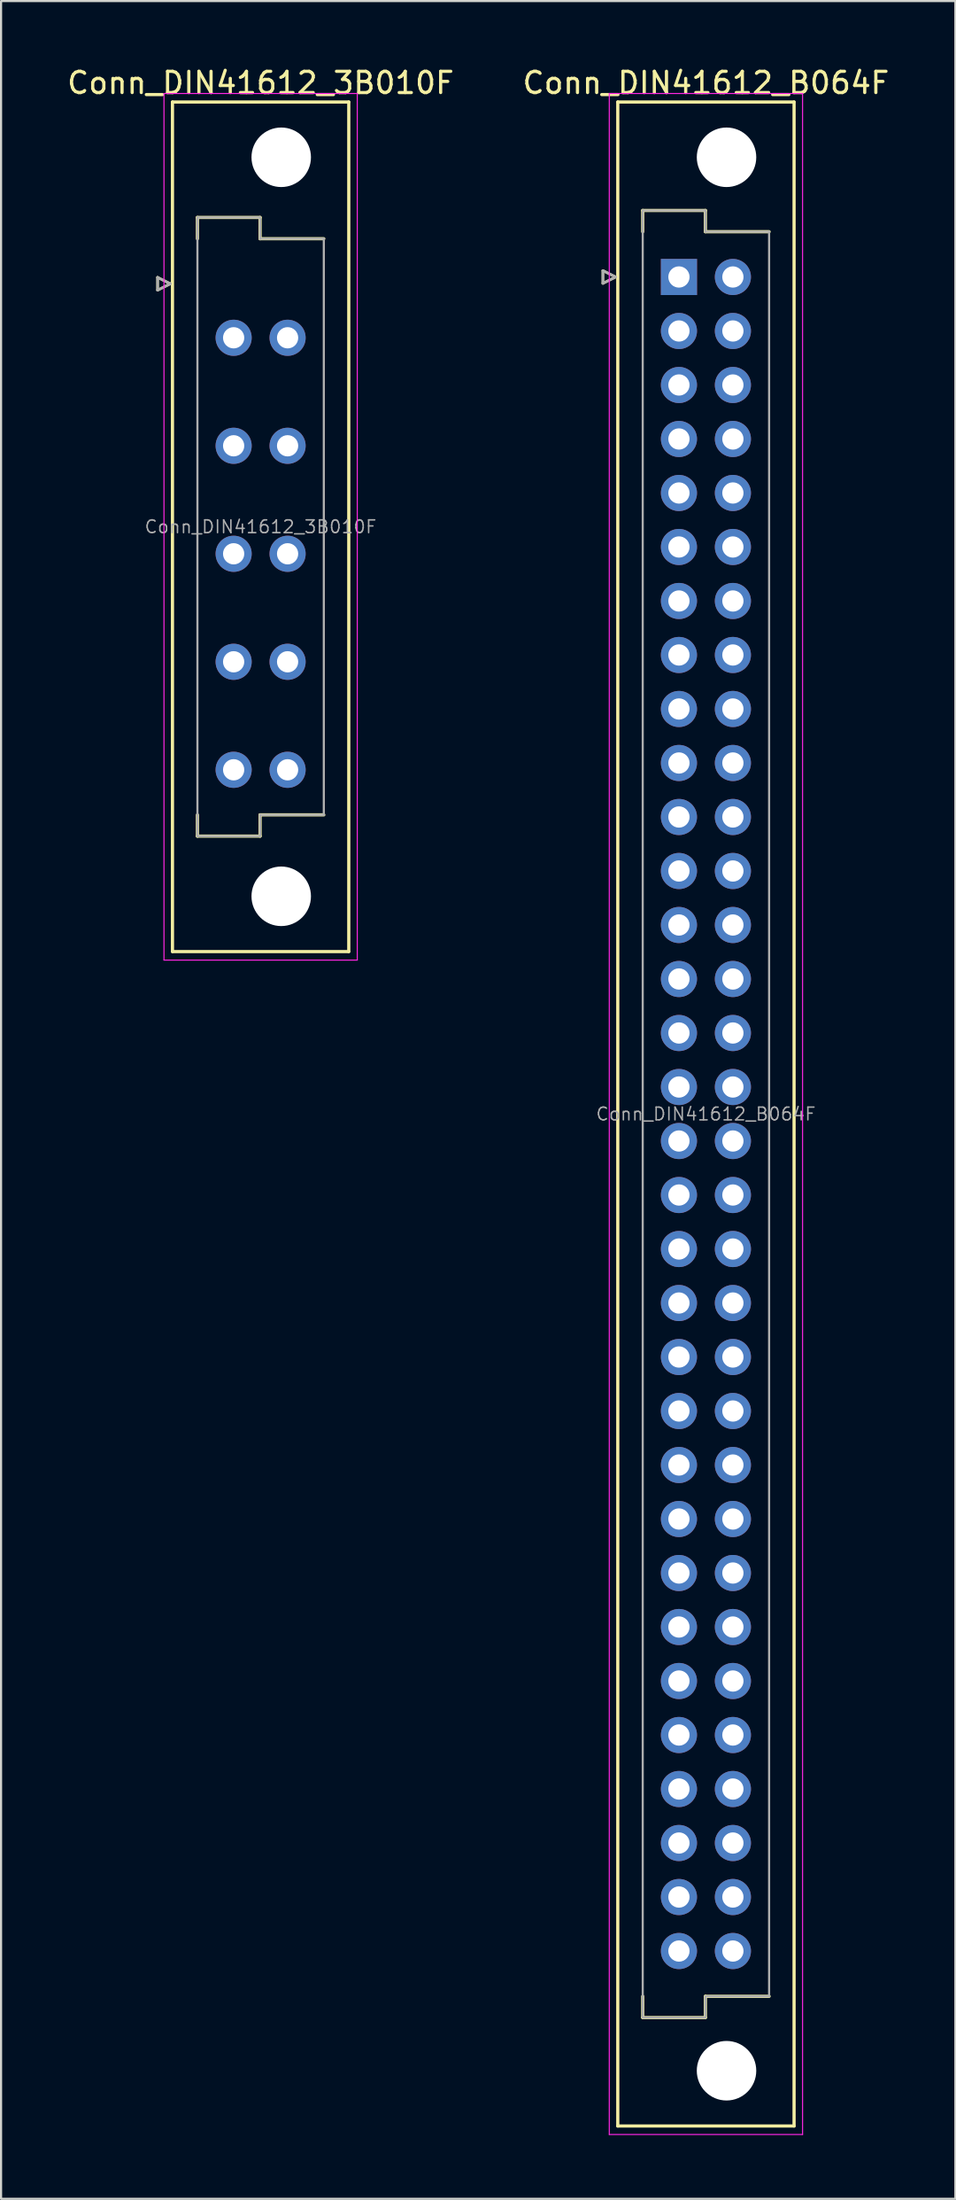
<source format=kicad_pcb>
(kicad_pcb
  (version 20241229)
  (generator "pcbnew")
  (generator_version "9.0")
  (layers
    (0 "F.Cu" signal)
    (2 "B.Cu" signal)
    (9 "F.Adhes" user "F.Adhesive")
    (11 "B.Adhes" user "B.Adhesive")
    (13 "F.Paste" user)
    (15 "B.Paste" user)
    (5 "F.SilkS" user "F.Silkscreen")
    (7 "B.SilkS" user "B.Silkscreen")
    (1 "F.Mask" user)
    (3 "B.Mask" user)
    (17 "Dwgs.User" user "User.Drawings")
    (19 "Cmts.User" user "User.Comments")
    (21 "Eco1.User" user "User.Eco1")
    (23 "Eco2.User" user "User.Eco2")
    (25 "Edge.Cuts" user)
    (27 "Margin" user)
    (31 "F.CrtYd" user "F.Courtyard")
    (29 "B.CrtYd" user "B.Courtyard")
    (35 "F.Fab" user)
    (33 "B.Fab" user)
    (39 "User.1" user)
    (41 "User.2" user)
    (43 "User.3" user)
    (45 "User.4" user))
  (footprint "Conn_DIN41612_B064F"
    (layer "F.Cu")
    (at 28.915 9.978)
    (property "Reference" "Conn_DIN41612_B064F" (at 1.27 -9.13 0) (layer "F.SilkS") (effects (font (size 1 1) (thickness 0.15))))
    (attr through_hole)
    (fp_line (start -3.58 -0.3) (end -3.58 0.3) (stroke (width 0.12) (type solid)) (layer "F.SilkS"))
    (fp_line (start -3.58 0.3) (end -2.98 0) (stroke (width 0.12) (type solid)) (layer "F.SilkS"))
    (fp_line (start -2.98 0) (end -3.58 -0.3) (stroke (width 0.12) (type solid)) (layer "F.SilkS"))
    (fp_line (start -2.88 -8.23) (end -2.88 86.97) (stroke (width 0.15) (type solid)) (layer "F.SilkS"))
    (fp_line (start -2.88 86.97) (end 5.42 86.97) (stroke (width 0.15) (type solid)) (layer "F.SilkS"))
    (fp_line (start -1.705 -3.13) (end 1.245 -3.13) (stroke (width 0.15) (type solid)) (layer "F.SilkS"))
    (fp_line (start -1.705 -2.13) (end -1.705 -3.13) (stroke (width 0.15) (type solid)) (layer "F.SilkS"))
    (fp_line (start -1.705 81.87) (end -1.705 80.87) (stroke (width 0.15) (type solid)) (layer "F.SilkS"))
    (fp_line (start 1.245 -3.13) (end 1.245 -2.13) (stroke (width 0.15) (type solid)) (layer "F.SilkS"))
    (fp_line (start 1.245 -2.13) (end 4.245 -2.13) (stroke (width 0.15) (type solid)) (layer "F.SilkS"))
    (fp_line (start 1.245 80.87) (end 1.245 81.87) (stroke (width 0.15) (type solid)) (layer "F.SilkS"))
    (fp_line (start 1.245 81.87) (end -1.705 81.87) (stroke (width 0.15) (type solid)) (layer "F.SilkS"))
    (fp_line (start 4.245 80.87) (end 1.245 80.87) (stroke (width 0.15) (type solid)) (layer "F.SilkS"))
    (fp_line (start 5.42 -8.23) (end -2.88 -8.23) (stroke (width 0.15) (type solid)) (layer "F.SilkS"))
    (fp_line (start 5.42 86.97) (end 5.42 -8.23) (stroke (width 0.15) (type solid)) (layer "F.SilkS"))
    (fp_line (start -3.28 -8.63) (end -3.28 87.37) (stroke (width 0.05) (type solid)) (layer "F.CrtYd"))
    (fp_line (start -3.28 87.37) (end 5.82 87.37) (stroke (width 0.05) (type solid)) (layer "F.CrtYd"))
    (fp_line (start 5.82 -8.63) (end -3.28 -8.63) (stroke (width 0.05) (type solid)) (layer "F.CrtYd"))
    (fp_line (start 5.82 87.37) (end 5.82 -8.63) (stroke (width 0.05) (type solid)) (layer "F.CrtYd"))
    (fp_line (start -3.58 -0.3) (end -3.58 0.3) (stroke (width 0.12) (type solid)) (layer "F.Fab"))
    (fp_line (start -3.58 0.3) (end -2.98 0) (stroke (width 0.12) (type solid)) (layer "F.Fab"))
    (fp_line (start -2.98 0) (end -3.58 -0.3) (stroke (width 0.12) (type solid)) (layer "F.Fab"))
    (fp_line (start -1.705 -3.13) (end 1.245 -3.13) (stroke (width 0.1) (type solid)) (layer "F.Fab"))
    (fp_line (start -1.705 -2.13) (end -1.705 -3.13) (stroke (width 0.1) (type solid)) (layer "F.Fab"))
    (fp_line (start -1.705 80.87) (end -1.705 -2.13) (stroke (width 0.1) (type solid)) (layer "F.Fab"))
    (fp_line (start -1.705 81.87) (end -1.705 80.87) (stroke (width 0.1) (type solid)) (layer "F.Fab"))
    (fp_line (start 1.245 -3.13) (end 1.245 -2.13) (stroke (width 0.1) (type solid)) (layer "F.Fab"))
    (fp_line (start 1.245 -2.13) (end 4.245 -2.13) (stroke (width 0.1) (type solid)) (layer "F.Fab"))
    (fp_line (start 1.245 80.87) (end 1.245 81.87) (stroke (width 0.1) (type solid)) (layer "F.Fab"))
    (fp_line (start 1.245 81.87) (end -1.705 81.87) (stroke (width 0.1) (type solid)) (layer "F.Fab"))
    (fp_line (start 4.245 -2.13) (end 4.245 80.87) (stroke (width 0.1) (type solid)) (layer "F.Fab"))
    (fp_line (start 4.245 80.87) (end 1.245 80.87) (stroke (width 0.1) (type solid)) (layer "F.Fab"))
    (fp_text user "${REFERENCE}" (at 1.27 39.37 0) (layer "F.Fab") (effects (font (size 0.6 0.6) (thickness 0.07))))
    (pad "" np_thru_hole circle (at 2.24 -5.63) (size 2.8 2.8) (drill 2.8) (layers "*.Cu" "*.Mask"))
    (pad "" np_thru_hole circle (at 2.24 84.37) (size 2.8 2.8) (drill 2.8) (layers "*.Cu" "*.Mask"))
    (pad "A1" thru_hole rect (at 0 0) (size 1.7 1.7) (drill 1) (layers "*.Cu" "*.Mask"))
    (pad "A2" thru_hole circle (at 0 2.54) (size 1.7 1.7) (drill 1) (layers "*.Cu" "*.Mask"))
    (pad "A3" thru_hole circle (at 0 5.08) (size 1.7 1.7) (drill 1) (layers "*.Cu" "*.Mask"))
    (pad "A4" thru_hole circle (at 0 7.62) (size 1.7 1.7) (drill 1) (layers "*.Cu" "*.Mask"))
    (pad "A5" thru_hole circle (at 0 10.16) (size 1.7 1.7) (drill 1) (layers "*.Cu" "*.Mask"))
    (pad "A6" thru_hole circle (at 0 12.7) (size 1.7 1.7) (drill 1) (layers "*.Cu" "*.Mask"))
    (pad "A7" thru_hole circle (at 0 15.24) (size 1.7 1.7) (drill 1) (layers "*.Cu" "*.Mask"))
    (pad "A8" thru_hole circle (at 0 17.78) (size 1.7 1.7) (drill 1) (layers "*.Cu" "*.Mask"))
    (pad "A9" thru_hole circle (at 0 20.32) (size 1.7 1.7) (drill 1) (layers "*.Cu" "*.Mask"))
    (pad "A10" thru_hole circle (at 0 22.86) (size 1.7 1.7) (drill 1) (layers "*.Cu" "*.Mask"))
    (pad "A11" thru_hole circle (at 0 25.4) (size 1.7 1.7) (drill 1) (layers "*.Cu" "*.Mask"))
    (pad "A12" thru_hole circle (at 0 27.94) (size 1.7 1.7) (drill 1) (layers "*.Cu" "*.Mask"))
    (pad "A13" thru_hole circle (at 0 30.48) (size 1.7 1.7) (drill 1) (layers "*.Cu" "*.Mask"))
    (pad "A14" thru_hole circle (at 0 33.02) (size 1.7 1.7) (drill 1) (layers "*.Cu" "*.Mask"))
    (pad "A15" thru_hole circle (at 0 35.56) (size 1.7 1.7) (drill 1) (layers "*.Cu" "*.Mask"))
    (pad "A16" thru_hole circle (at 0 38.1) (size 1.7 1.7) (drill 1) (layers "*.Cu" "*.Mask"))
    (pad "A17" thru_hole circle (at 0 40.64) (size 1.7 1.7) (drill 1) (layers "*.Cu" "*.Mask"))
    (pad "A18" thru_hole circle (at 0 43.18) (size 1.7 1.7) (drill 1) (layers "*.Cu" "*.Mask"))
    (pad "A19" thru_hole circle (at 0 45.72) (size 1.7 1.7) (drill 1) (layers "*.Cu" "*.Mask"))
    (pad "A20" thru_hole circle (at 0 48.26) (size 1.7 1.7) (drill 1) (layers "*.Cu" "*.Mask"))
    (pad "A21" thru_hole circle (at 0 50.8) (size 1.7 1.7) (drill 1) (layers "*.Cu" "*.Mask"))
    (pad "A22" thru_hole circle (at 0 53.34) (size 1.7 1.7) (drill 1) (layers "*.Cu" "*.Mask"))
    (pad "A23" thru_hole circle (at 0 55.88) (size 1.7 1.7) (drill 1) (layers "*.Cu" "*.Mask"))
    (pad "A24" thru_hole circle (at 0 58.42) (size 1.7 1.7) (drill 1) (layers "*.Cu" "*.Mask"))
    (pad "A25" thru_hole circle (at 0 60.96) (size 1.7 1.7) (drill 1) (layers "*.Cu" "*.Mask"))
    (pad "A26" thru_hole circle (at 0 63.5) (size 1.7 1.7) (drill 1) (layers "*.Cu" "*.Mask"))
    (pad "A27" thru_hole circle (at 0 66.04) (size 1.7 1.7) (drill 1) (layers "*.Cu" "*.Mask"))
    (pad "A28" thru_hole circle (at 0 68.58) (size 1.7 1.7) (drill 1) (layers "*.Cu" "*.Mask"))
    (pad "A29" thru_hole circle (at 0 71.12) (size 1.7 1.7) (drill 1) (layers "*.Cu" "*.Mask"))
    (pad "A30" thru_hole circle (at 0 73.66) (size 1.7 1.7) (drill 1) (layers "*.Cu" "*.Mask"))
    (pad "A31" thru_hole circle (at 0 76.2) (size 1.7 1.7) (drill 1) (layers "*.Cu" "*.Mask"))
    (pad "A32" thru_hole circle (at 0 78.74) (size 1.7 1.7) (drill 1) (layers "*.Cu" "*.Mask"))
    (pad "B1" thru_hole circle (at 2.54 0) (size 1.7 1.7) (drill 1) (layers "*.Cu" "*.Mask"))
    (pad "B2" thru_hole circle (at 2.54 2.54) (size 1.7 1.7) (drill 1) (layers "*.Cu" "*.Mask"))
    (pad "B3" thru_hole circle (at 2.54 5.08) (size 1.7 1.7) (drill 1) (layers "*.Cu" "*.Mask"))
    (pad "B4" thru_hole circle (at 2.54 7.62) (size 1.7 1.7) (drill 1) (layers "*.Cu" "*.Mask"))
    (pad "B5" thru_hole circle (at 2.54 10.16) (size 1.7 1.7) (drill 1) (layers "*.Cu" "*.Mask"))
    (pad "B6" thru_hole circle (at 2.54 12.7) (size 1.7 1.7) (drill 1) (layers "*.Cu" "*.Mask"))
    (pad "B7" thru_hole circle (at 2.54 15.24) (size 1.7 1.7) (drill 1) (layers "*.Cu" "*.Mask"))
    (pad "B8" thru_hole circle (at 2.54 17.78) (size 1.7 1.7) (drill 1) (layers "*.Cu" "*.Mask"))
    (pad "B9" thru_hole circle (at 2.54 20.32) (size 1.7 1.7) (drill 1) (layers "*.Cu" "*.Mask"))
    (pad "B10" thru_hole circle (at 2.54 22.86) (size 1.7 1.7) (drill 1) (layers "*.Cu" "*.Mask"))
    (pad "B11" thru_hole circle (at 2.54 25.4) (size 1.7 1.7) (drill 1) (layers "*.Cu" "*.Mask"))
    (pad "B12" thru_hole circle (at 2.54 27.94) (size 1.7 1.7) (drill 1) (layers "*.Cu" "*.Mask"))
    (pad "B13" thru_hole circle (at 2.54 30.48) (size 1.7 1.7) (drill 1) (layers "*.Cu" "*.Mask"))
    (pad "B14" thru_hole circle (at 2.54 33.02) (size 1.7 1.7) (drill 1) (layers "*.Cu" "*.Mask"))
    (pad "B15" thru_hole circle (at 2.54 35.56) (size 1.7 1.7) (drill 1) (layers "*.Cu" "*.Mask"))
    (pad "B16" thru_hole circle (at 2.54 38.1) (size 1.7 1.7) (drill 1) (layers "*.Cu" "*.Mask"))
    (pad "B17" thru_hole circle (at 2.54 40.64) (size 1.7 1.7) (drill 1) (layers "*.Cu" "*.Mask"))
    (pad "B18" thru_hole circle (at 2.54 43.18) (size 1.7 1.7) (drill 1) (layers "*.Cu" "*.Mask"))
    (pad "B19" thru_hole circle (at 2.54 45.72) (size 1.7 1.7) (drill 1) (layers "*.Cu" "*.Mask"))
    (pad "B20" thru_hole circle (at 2.54 48.26) (size 1.7 1.7) (drill 1) (layers "*.Cu" "*.Mask"))
    (pad "B21" thru_hole circle (at 2.54 50.8) (size 1.7 1.7) (drill 1) (layers "*.Cu" "*.Mask"))
    (pad "B22" thru_hole circle (at 2.54 53.34) (size 1.7 1.7) (drill 1) (layers "*.Cu" "*.Mask"))
    (pad "B23" thru_hole circle (at 2.54 55.88) (size 1.7 1.7) (drill 1) (layers "*.Cu" "*.Mask"))
    (pad "B24" thru_hole circle (at 2.54 58.42) (size 1.7 1.7) (drill 1) (layers "*.Cu" "*.Mask"))
    (pad "B25" thru_hole circle (at 2.54 60.96) (size 1.7 1.7) (drill 1) (layers "*.Cu" "*.Mask"))
    (pad "B26" thru_hole circle (at 2.54 63.5) (size 1.7 1.7) (drill 1) (layers "*.Cu" "*.Mask"))
    (pad "B27" thru_hole circle (at 2.54 66.04) (size 1.7 1.7) (drill 1) (layers "*.Cu" "*.Mask"))
    (pad "B28" thru_hole circle (at 2.54 68.58) (size 1.7 1.7) (drill 1) (layers "*.Cu" "*.Mask"))
    (pad "B29" thru_hole circle (at 2.54 71.12) (size 1.7 1.7) (drill 1) (layers "*.Cu" "*.Mask"))
    (pad "B30" thru_hole circle (at 2.54 73.66) (size 1.7 1.7) (drill 1) (layers "*.Cu" "*.Mask"))
    (pad "B31" thru_hole circle (at 2.54 76.2) (size 1.7 1.7) (drill 1) (layers "*.Cu" "*.Mask"))
    (pad "B32" thru_hole circle (at 2.54 78.74) (size 1.7 1.7) (drill 1) (layers "*.Cu" "*.Mask")))
  (footprint "Conn_DIN41612_3B010F"
    (layer "F.Cu")
    (at 7.95 10.298)
    (property "Reference" "Conn_DIN41612_3B010F" (at 1.27 -9.45 0) (layer "F.SilkS") (effects (font (size 1 1) (thickness 0.15))))
    (attr through_hole)
    (fp_line (start -3.58 -0.3) (end -3.58 0.3) (stroke (width 0.12) (type solid)) (layer "F.SilkS"))
    (fp_line (start -3.58 0.3) (end -2.98 0) (stroke (width 0.12) (type solid)) (layer "F.SilkS"))
    (fp_line (start -2.98 0) (end -3.58 -0.3) (stroke (width 0.12) (type solid)) (layer "F.SilkS"))
    (fp_line (start -2.88 -8.55) (end -2.88 31.41) (stroke (width 0.15) (type solid)) (layer "F.SilkS"))
    (fp_line (start -2.88 31.41) (end 5.42 31.41) (stroke (width 0.15) (type solid)) (layer "F.SilkS"))
    (fp_line (start -1.705 -3.12) (end 1.245 -3.12) (stroke (width 0.15) (type solid)) (layer "F.SilkS"))
    (fp_line (start -1.705 -2.12) (end -1.705 -3.12) (stroke (width 0.15) (type solid)) (layer "F.SilkS"))
    (fp_line (start -1.705 25.98) (end -1.705 24.98) (stroke (width 0.15) (type solid)) (layer "F.SilkS"))
    (fp_line (start 1.245 -3.12) (end 1.245 -2.12) (stroke (width 0.15) (type solid)) (layer "F.SilkS"))
    (fp_line (start 1.245 -2.12) (end 4.245 -2.12) (stroke (width 0.15) (type solid)) (layer "F.SilkS"))
    (fp_line (start 1.245 24.98) (end 1.245 25.98) (stroke (width 0.15) (type solid)) (layer "F.SilkS"))
    (fp_line (start 1.245 25.98) (end -1.705 25.98) (stroke (width 0.15) (type solid)) (layer "F.SilkS"))
    (fp_line (start 4.245 24.98) (end 1.245 24.98) (stroke (width 0.15) (type solid)) (layer "F.SilkS"))
    (fp_line (start 5.42 -8.55) (end -2.88 -8.55) (stroke (width 0.15) (type solid)) (layer "F.SilkS"))
    (fp_line (start 5.42 31.41) (end 5.42 -8.55) (stroke (width 0.15) (type solid)) (layer "F.SilkS"))
    (fp_line (start -3.28 -8.95) (end -3.28 31.81) (stroke (width 0.05) (type solid)) (layer "F.CrtYd"))
    (fp_line (start -3.28 31.81) (end 5.82 31.81) (stroke (width 0.05) (type solid)) (layer "F.CrtYd"))
    (fp_line (start 5.82 -8.95) (end -3.28 -8.95) (stroke (width 0.05) (type solid)) (layer "F.CrtYd"))
    (fp_line (start 5.82 31.81) (end 5.82 -8.95) (stroke (width 0.05) (type solid)) (layer "F.CrtYd"))
    (fp_line (start -3.58 -0.3) (end -3.58 0.3) (stroke (width 0.12) (type solid)) (layer "F.Fab"))
    (fp_line (start -3.58 0.3) (end -2.98 0) (stroke (width 0.12) (type solid)) (layer "F.Fab"))
    (fp_line (start -2.98 0) (end -3.58 -0.3) (stroke (width 0.12) (type solid)) (layer "F.Fab"))
    (fp_line (start -1.705 -3.12) (end 1.245 -3.12) (stroke (width 0.1) (type solid)) (layer "F.Fab"))
    (fp_line (start -1.705 -2.12) (end -1.705 -3.12) (stroke (width 0.1) (type solid)) (layer "F.Fab"))
    (fp_line (start -1.705 24.98) (end -1.705 -2.12) (stroke (width 0.1) (type solid)) (layer "F.Fab"))
    (fp_line (start -1.705 25.98) (end -1.705 24.98) (stroke (width 0.1) (type solid)) (layer "F.Fab"))
    (fp_line (start 1.245 -3.12) (end 1.245 -2.12) (stroke (width 0.1) (type solid)) (layer "F.Fab"))
    (fp_line (start 1.245 -2.12) (end 4.245 -2.12) (stroke (width 0.1) (type solid)) (layer "F.Fab"))
    (fp_line (start 1.245 24.98) (end 1.245 25.98) (stroke (width 0.1) (type solid)) (layer "F.Fab"))
    (fp_line (start 1.245 25.98) (end -1.705 25.98) (stroke (width 0.1) (type solid)) (layer "F.Fab"))
    (fp_line (start 4.245 -2.12) (end 4.245 24.98) (stroke (width 0.1) (type solid)) (layer "F.Fab"))
    (fp_line (start 4.245 24.98) (end 1.245 24.98) (stroke (width 0.1) (type solid)) (layer "F.Fab"))
    (fp_text user "${REFERENCE}" (at 1.27 11.43 0) (layer "F.Fab") (effects (font (size 0.6 0.6) (thickness 0.07))))
    (pad "" np_thru_hole circle (at 2.24 -5.95) (size 2.8 2.8) (drill 2.8) (layers "*.Cu" "*.Mask"))
    (pad "" np_thru_hole circle (at 2.24 28.81) (size 2.8 2.8) (drill 2.8) (layers "*.Cu" "*.Mask"))
    (pad "A2" thru_hole circle (at 0 2.54) (size 1.7 1.7) (drill 1) (layers "*.Cu" "*.Mask"))
    (pad "A4" thru_hole circle (at 0 7.62) (size 1.7 1.7) (drill 1) (layers "*.Cu" "*.Mask"))
    (pad "A6" thru_hole circle (at 0 12.7) (size 1.7 1.7) (drill 1) (layers "*.Cu" "*.Mask"))
    (pad "A8" thru_hole circle (at 0 17.78) (size 1.7 1.7) (drill 1) (layers "*.Cu" "*.Mask"))
    (pad "A10" thru_hole circle (at 0 22.86) (size 1.7 1.7) (drill 1) (layers "*.Cu" "*.Mask"))
    (pad "B2" thru_hole circle (at 2.54 2.54) (size 1.7 1.7) (drill 1) (layers "*.Cu" "*.Mask"))
    (pad "B4" thru_hole circle (at 2.54 7.62) (size 1.7 1.7) (drill 1) (layers "*.Cu" "*.Mask"))
    (pad "B6" thru_hole circle (at 2.54 12.7) (size 1.7 1.7) (drill 1) (layers "*.Cu" "*.Mask"))
    (pad "B8" thru_hole circle (at 2.54 17.78) (size 1.7 1.7) (drill 1) (layers "*.Cu" "*.Mask"))
    (pad "B10" thru_hole circle (at 2.54 22.86) (size 1.7 1.7) (drill 1) (layers "*.Cu" "*.Mask")))
  (gr_rect
    (start -3 -3)
    (end 41.929 100.373)
    (stroke (width 0.1) (type default))
    (fill no)
    (layer "Edge.Cuts")))
</source>
